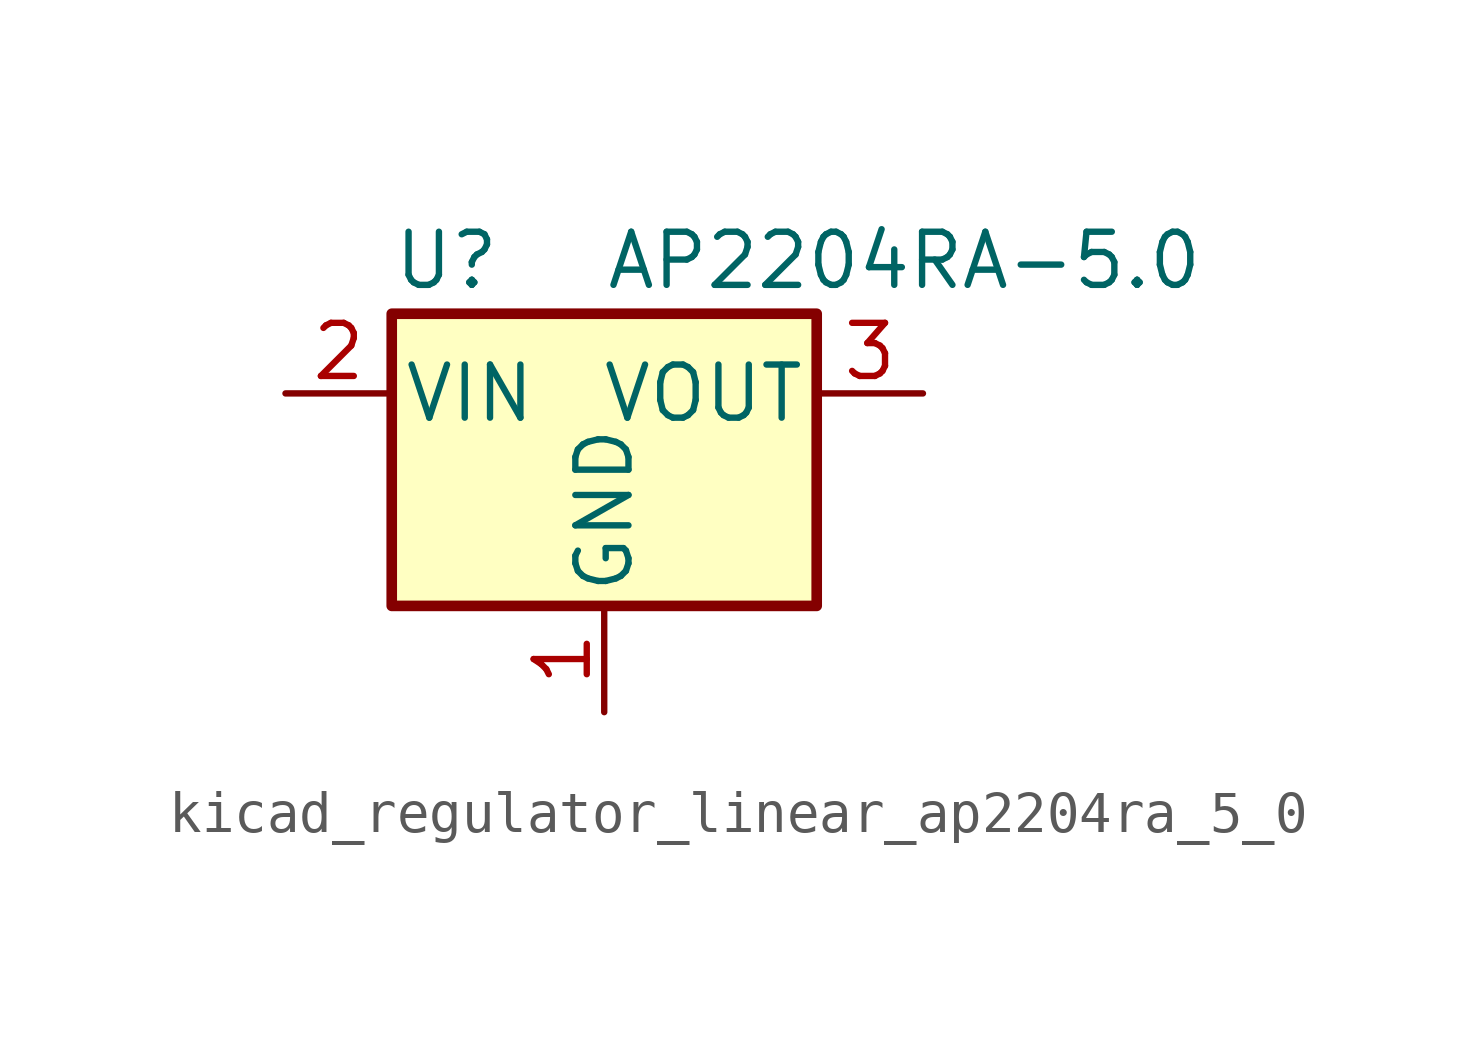
<source format=kicad_sym>
(kicad_symbol_lib
  (version 20220914)
  (generator kicad_symbol_editor)
  (symbol "kicad_regulator_linear_ap2204ra_5_0"
    (pin_names
      (offset 0.254))
    (property "Reference" "U"
      (at -5.08 3.175 0)
      (effects (font (size 1.27 1.27)) (justify left)))
    (property "Value" "AP2204RA-5.0"
      (at 0 3.175 0)
      (effects (font (size 1.27 1.27)) (justify left)))
    (symbol "kicad_regulator_linear_ap2204ra_5_0_0_1"
      (rectangle (start -5.08 1.905) (end 5.08 -5.08) (stroke (width 0.254) (type default)) (fill (type background))))
    (symbol "kicad_regulator_linear_ap2204ra_5_0_1_1"
      (pin power_in line (at 0 -7.62 90) (length 2.54) (name "GND" (effects (font (size 1.27 1.27)))) (number "1" (effects (font (size 1.27 1.27)))))
      (pin power_in line (at -7.62 0 0) (length 2.54) (name "VIN" (effects (font (size 1.27 1.27)))) (number "2" (effects (font (size 1.27 1.27)))))
      (pin power_out line (at 7.62 0 180) (length 2.54) (name "VOUT" (effects (font (size 1.27 1.27)))) (number "3" (effects (font (size 1.27 1.27))))))))
</source>
